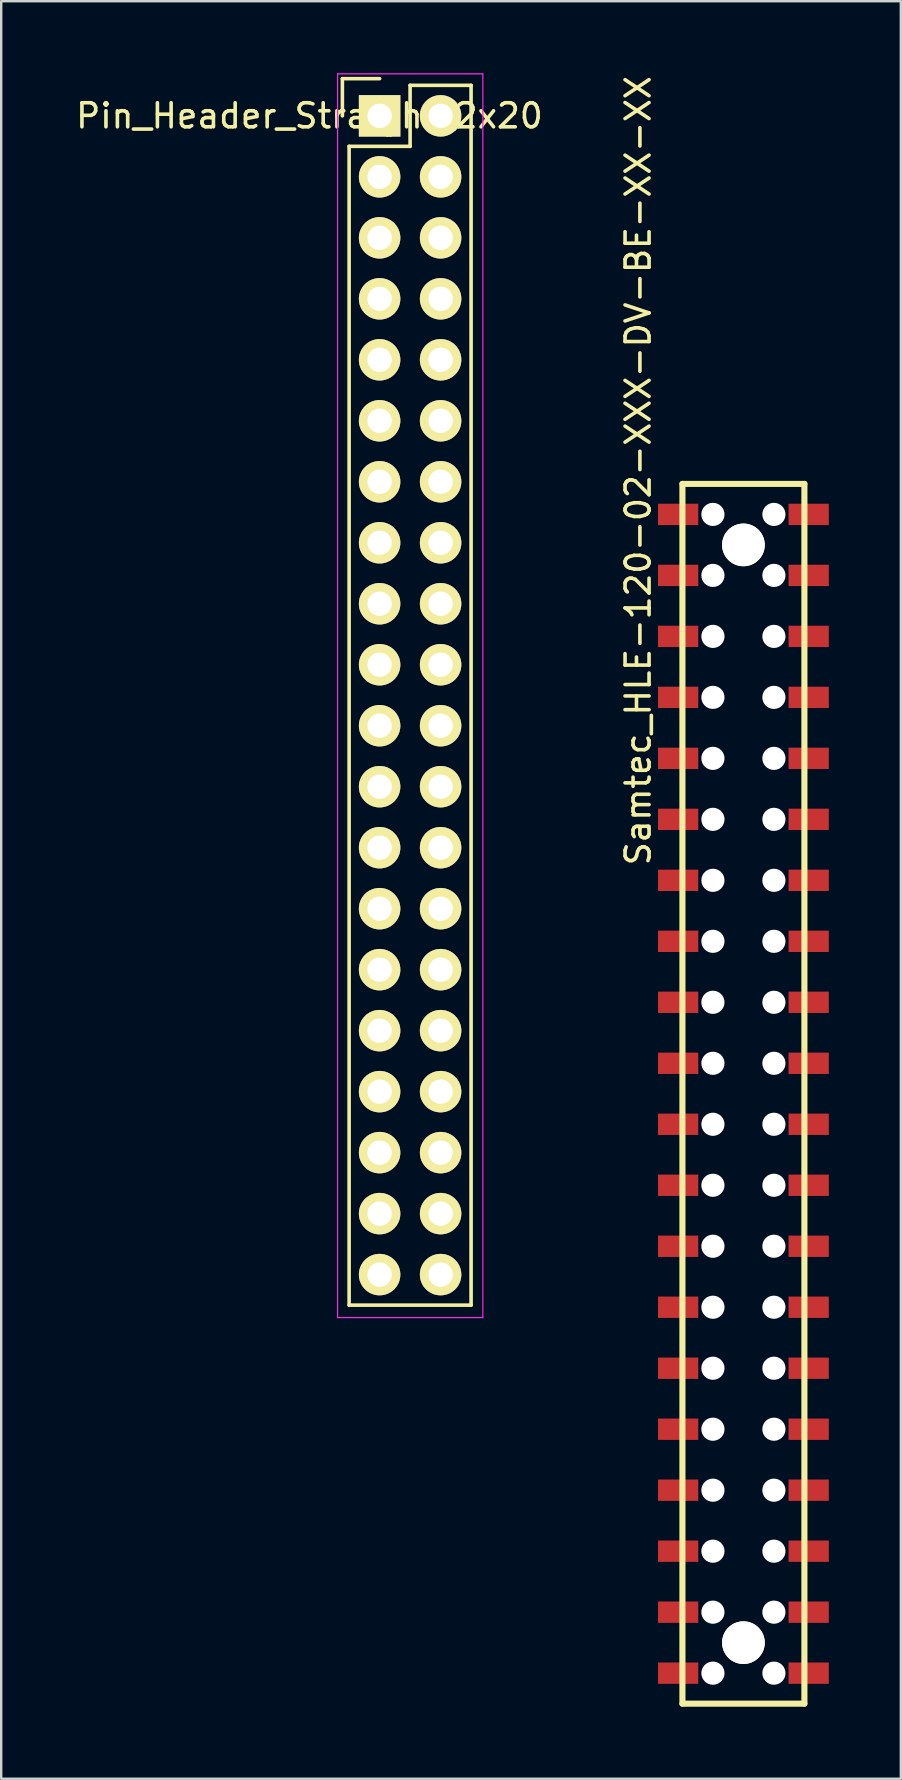
<source format=kicad_pcb>
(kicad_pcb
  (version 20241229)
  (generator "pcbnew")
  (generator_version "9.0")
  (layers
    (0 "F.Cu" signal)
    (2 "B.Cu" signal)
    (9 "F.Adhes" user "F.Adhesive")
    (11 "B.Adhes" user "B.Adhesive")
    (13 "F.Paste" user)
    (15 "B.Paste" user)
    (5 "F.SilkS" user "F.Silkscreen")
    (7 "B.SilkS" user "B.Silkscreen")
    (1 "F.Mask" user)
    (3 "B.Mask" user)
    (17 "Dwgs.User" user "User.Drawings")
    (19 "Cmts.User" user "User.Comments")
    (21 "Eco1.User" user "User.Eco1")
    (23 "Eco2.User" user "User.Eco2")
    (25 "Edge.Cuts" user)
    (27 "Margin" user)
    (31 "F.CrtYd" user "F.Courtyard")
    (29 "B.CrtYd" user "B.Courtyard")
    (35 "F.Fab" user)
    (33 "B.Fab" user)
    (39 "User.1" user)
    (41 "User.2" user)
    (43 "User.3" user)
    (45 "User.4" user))
  (footprint "Samtec_HLE-120-02-XXX-DV-BE-XX-XX"
    (layer "F.Cu")
    (at 27.912 42.504)
    (property "Reference" "Samtec_HLE-120-02-XXX-DV-BE-XX-XX" (at -4.385 -25.95 90) (layer "F.SilkS") (effects (font (size 1 1) (thickness 0.15))))
    (attr through_hole)
    (fp_line (start -2.54 -25.4) (end 2.54 -25.4) (stroke (width 0.254) (type solid)) (layer "F.SilkS"))
    (fp_line (start -2.54 25.4) (end -2.54 -25.4) (stroke (width 0.254) (type solid)) (layer "F.SilkS"))
    (fp_line (start 2.54 -25.4) (end 2.54 25.4) (stroke (width 0.254) (type solid)) (layer "F.SilkS"))
    (fp_line (start 2.54 25.4) (end -2.54 25.4) (stroke (width 0.254) (type solid)) (layer "F.SilkS"))
    (pad "" np_thru_hole circle (at -1.27 -24.13 270) (size 0.965 0.965) (drill 0.965) (layers "*.Cu" "*.Mask"))
    (pad "" np_thru_hole circle (at -1.27 -21.59 270) (size 0.965 0.965) (drill 0.965) (layers "*.Cu" "*.Mask"))
    (pad "" np_thru_hole circle (at -1.27 -19.05 270) (size 0.965 0.965) (drill 0.965) (layers "*.Cu" "*.Mask"))
    (pad "" np_thru_hole circle (at -1.27 -16.51 270) (size 0.965 0.965) (drill 0.965) (layers "*.Cu" "*.Mask"))
    (pad "" np_thru_hole circle (at -1.27 -13.97 270) (size 0.965 0.965) (drill 0.965) (layers "*.Cu" "*.Mask"))
    (pad "" np_thru_hole circle (at -1.27 -11.43 270) (size 0.965 0.965) (drill 0.965) (layers "*.Cu" "*.Mask"))
    (pad "" np_thru_hole circle (at -1.27 -8.89 270) (size 0.965 0.965) (drill 0.965) (layers "*.Cu" "*.Mask"))
    (pad "" np_thru_hole circle (at -1.27 -6.35 270) (size 0.965 0.965) (drill 0.965) (layers "*.Cu" "*.Mask"))
    (pad "" np_thru_hole circle (at -1.27 -3.81 270) (size 0.965 0.965) (drill 0.965) (layers "*.Cu" "*.Mask"))
    (pad "" np_thru_hole circle (at -1.27 -1.27 270) (size 0.965 0.965) (drill 0.965) (layers "*.Cu" "*.Mask"))
    (pad "" np_thru_hole circle (at -1.27 1.27 270) (size 0.965 0.965) (drill 0.965) (layers "*.Cu" "*.Mask"))
    (pad "" np_thru_hole circle (at -1.27 3.81 270) (size 0.965 0.965) (drill 0.965) (layers "*.Cu" "*.Mask"))
    (pad "" np_thru_hole circle (at -1.27 6.35 270) (size 0.965 0.965) (drill 0.965) (layers "*.Cu" "*.Mask"))
    (pad "" np_thru_hole circle (at -1.27 8.89 270) (size 0.965 0.965) (drill 0.965) (layers "*.Cu" "*.Mask"))
    (pad "" np_thru_hole circle (at -1.27 11.43 270) (size 0.965 0.965) (drill 0.965) (layers "*.Cu" "*.Mask"))
    (pad "" np_thru_hole circle (at -1.27 13.97 270) (size 0.965 0.965) (drill 0.965) (layers "*.Cu" "*.Mask"))
    (pad "" np_thru_hole circle (at -1.27 16.51 270) (size 0.965 0.965) (drill 0.965) (layers "*.Cu" "*.Mask"))
    (pad "" np_thru_hole circle (at -1.27 19.05 270) (size 0.965 0.965) (drill 0.965) (layers "*.Cu" "*.Mask"))
    (pad "" np_thru_hole circle (at -1.27 21.59 270) (size 0.965 0.965) (drill 0.965) (layers "*.Cu" "*.Mask"))
    (pad "" np_thru_hole circle (at -1.27 24.13 270) (size 0.965 0.965) (drill 0.965) (layers "*.Cu" "*.Mask"))
    (pad "" np_thru_hole circle (at 0 -22.86 270) (size 1.778 1.778) (drill 1.778) (layers "*.Cu" "*.Mask" "F.SilkS"))
    (pad "" np_thru_hole circle (at 0 22.86 270) (size 1.778 1.778) (drill 1.778) (layers "*.Cu" "*.Mask" "F.SilkS"))
    (pad "" np_thru_hole circle (at 1.27 -24.13 270) (size 0.965 0.965) (drill 0.965) (layers "*.Cu" "*.Mask"))
    (pad "" np_thru_hole circle (at 1.27 -21.59 270) (size 0.965 0.965) (drill 0.965) (layers "*.Cu" "*.Mask"))
    (pad "" np_thru_hole circle (at 1.27 -19.05 270) (size 0.965 0.965) (drill 0.965) (layers "*.Cu" "*.Mask"))
    (pad "" np_thru_hole circle (at 1.27 -16.51 270) (size 0.965 0.965) (drill 0.965) (layers "*.Cu" "*.Mask"))
    (pad "" np_thru_hole circle (at 1.27 -13.97 270) (size 0.965 0.965) (drill 0.965) (layers "*.Cu" "*.Mask"))
    (pad "" np_thru_hole circle (at 1.27 -11.43 270) (size 0.965 0.965) (drill 0.965) (layers "*.Cu" "*.Mask"))
    (pad "" np_thru_hole circle (at 1.27 -8.89 270) (size 0.965 0.965) (drill 0.965) (layers "*.Cu" "*.Mask"))
    (pad "" np_thru_hole circle (at 1.27 -6.35 270) (size 0.965 0.965) (drill 0.965) (layers "*.Cu" "*.Mask"))
    (pad "" np_thru_hole circle (at 1.27 -3.81 270) (size 0.965 0.965) (drill 0.965) (layers "*.Cu" "*.Mask"))
    (pad "" np_thru_hole circle (at 1.27 -1.27 270) (size 0.965 0.965) (drill 0.965) (layers "*.Cu" "*.Mask"))
    (pad "" np_thru_hole circle (at 1.27 1.27 270) (size 0.965 0.965) (drill 0.965) (layers "*.Cu" "*.Mask"))
    (pad "" np_thru_hole circle (at 1.27 3.81 270) (size 0.965 0.965) (drill 0.965) (layers "*.Cu" "*.Mask"))
    (pad "" np_thru_hole circle (at 1.27 6.35 270) (size 0.965 0.965) (drill 0.965) (layers "*.Cu" "*.Mask"))
    (pad "" np_thru_hole circle (at 1.27 8.89 270) (size 0.965 0.965) (drill 0.965) (layers "*.Cu" "*.Mask"))
    (pad "" np_thru_hole circle (at 1.27 11.43 270) (size 0.965 0.965) (drill 0.965) (layers "*.Cu" "*.Mask"))
    (pad "" np_thru_hole circle (at 1.27 13.97 270) (size 0.965 0.965) (drill 0.965) (layers "*.Cu" "*.Mask"))
    (pad "" np_thru_hole circle (at 1.27 16.51 270) (size 0.965 0.965) (drill 0.965) (layers "*.Cu" "*.Mask"))
    (pad "" np_thru_hole circle (at 1.27 19.05 270) (size 0.965 0.965) (drill 0.965) (layers "*.Cu" "*.Mask"))
    (pad "" np_thru_hole circle (at 1.27 21.59 270) (size 0.965 0.965) (drill 0.965) (layers "*.Cu" "*.Mask"))
    (pad "" np_thru_hole circle (at 1.27 24.13 270) (size 0.965 0.965) (drill 0.965) (layers "*.Cu" "*.Mask"))
    (pad "1" smd rect (at -2.718 -24.13 90) (size 0.889 1.676) (layers "F.Cu" "F.Mask" "F.Paste"))
    (pad "2" smd rect (at 2.718 -24.13 90) (size 0.889 1.676) (layers "F.Cu" "F.Mask" "F.Paste"))
    (pad "3" smd rect (at -2.718 -21.59 90) (size 0.889 1.676) (layers "F.Cu" "F.Mask" "F.Paste"))
    (pad "4" smd rect (at 2.718 -21.59 90) (size 0.889 1.676) (layers "F.Cu" "F.Mask" "F.Paste"))
    (pad "5" smd rect (at -2.718 -19.05 90) (size 0.889 1.676) (layers "F.Cu" "F.Mask" "F.Paste"))
    (pad "6" smd rect (at 2.718 -19.05 90) (size 0.889 1.676) (layers "F.Cu" "F.Mask" "F.Paste"))
    (pad "7" smd rect (at -2.718 -16.51 90) (size 0.889 1.676) (layers "F.Cu" "F.Mask" "F.Paste"))
    (pad "8" smd rect (at 2.718 -16.51 90) (size 0.889 1.676) (layers "F.Cu" "F.Mask" "F.Paste"))
    (pad "9" smd rect (at -2.718 -13.97 90) (size 0.889 1.676) (layers "F.Cu" "F.Mask" "F.Paste"))
    (pad "10" smd rect (at 2.718 -13.97 90) (size 0.889 1.676) (layers "F.Cu" "F.Mask" "F.Paste"))
    (pad "11" smd rect (at -2.718 -11.43 90) (size 0.889 1.676) (layers "F.Cu" "F.Mask" "F.Paste"))
    (pad "12" smd rect (at 2.718 -11.43 90) (size 0.889 1.676) (layers "F.Cu" "F.Mask" "F.Paste"))
    (pad "13" smd rect (at -2.718 -8.89 90) (size 0.889 1.676) (layers "F.Cu" "F.Mask" "F.Paste"))
    (pad "14" smd rect (at 2.718 -8.89 90) (size 0.889 1.676) (layers "F.Cu" "F.Mask" "F.Paste"))
    (pad "15" smd rect (at -2.718 -6.35 90) (size 0.889 1.676) (layers "F.Cu" "F.Mask" "F.Paste"))
    (pad "16" smd rect (at 2.718 -6.35 90) (size 0.889 1.676) (layers "F.Cu" "F.Mask" "F.Paste"))
    (pad "17" smd rect (at -2.718 -3.81 90) (size 0.889 1.676) (layers "F.Cu" "F.Mask" "F.Paste"))
    (pad "18" smd rect (at 2.718 -3.81 90) (size 0.889 1.676) (layers "F.Cu" "F.Mask" "F.Paste"))
    (pad "19" smd rect (at -2.718 -1.27 90) (size 0.889 1.676) (layers "F.Cu" "F.Mask" "F.Paste"))
    (pad "20" smd rect (at 2.718 -1.27 90) (size 0.889 1.676) (layers "F.Cu" "F.Mask" "F.Paste"))
    (pad "21" smd rect (at -2.718 1.27 90) (size 0.889 1.676) (layers "F.Cu" "F.Mask" "F.Paste"))
    (pad "22" smd rect (at 2.718 1.27 90) (size 0.889 1.676) (layers "F.Cu" "F.Mask" "F.Paste"))
    (pad "23" smd rect (at -2.718 3.81 90) (size 0.889 1.676) (layers "F.Cu" "F.Mask" "F.Paste"))
    (pad "24" smd rect (at 2.718 3.81 90) (size 0.889 1.676) (layers "F.Cu" "F.Mask" "F.Paste"))
    (pad "25" smd rect (at -2.718 6.35 90) (size 0.889 1.676) (layers "F.Cu" "F.Mask" "F.Paste"))
    (pad "26" smd rect (at 2.718 6.35 90) (size 0.889 1.676) (layers "F.Cu" "F.Mask" "F.Paste"))
    (pad "27" smd rect (at -2.718 8.89 90) (size 0.889 1.676) (layers "F.Cu" "F.Mask" "F.Paste"))
    (pad "28" smd rect (at 2.718 8.89 90) (size 0.889 1.676) (layers "F.Cu" "F.Mask" "F.Paste"))
    (pad "29" smd rect (at -2.718 11.43 90) (size 0.889 1.676) (layers "F.Cu" "F.Mask" "F.Paste"))
    (pad "30" smd rect (at 2.718 11.43 90) (size 0.889 1.676) (layers "F.Cu" "F.Mask" "F.Paste"))
    (pad "31" smd rect (at -2.718 13.97 90) (size 0.889 1.676) (layers "F.Cu" "F.Mask" "F.Paste"))
    (pad "32" smd rect (at 2.718 13.97 90) (size 0.889 1.676) (layers "F.Cu" "F.Mask" "F.Paste"))
    (pad "33" smd rect (at -2.718 16.51 90) (size 0.889 1.676) (layers "F.Cu" "F.Mask" "F.Paste"))
    (pad "34" smd rect (at 2.718 16.51 90) (size 0.889 1.676) (layers "F.Cu" "F.Mask" "F.Paste"))
    (pad "35" smd rect (at -2.718 19.05 90) (size 0.889 1.676) (layers "F.Cu" "F.Mask" "F.Paste"))
    (pad "36" smd rect (at 2.718 19.05 90) (size 0.889 1.676) (layers "F.Cu" "F.Mask" "F.Paste"))
    (pad "37" smd rect (at -2.718 21.59 90) (size 0.889 1.676) (layers "F.Cu" "F.Mask" "F.Paste"))
    (pad "38" smd rect (at 2.718 21.59 90) (size 0.889 1.676) (layers "F.Cu" "F.Mask" "F.Paste"))
    (pad "39" smd rect (at -2.718 24.13 90) (size 0.889 1.676) (layers "F.Cu" "F.Mask" "F.Paste"))
    (pad "40" smd rect (at 2.718 24.13 90) (size 0.889 1.676) (layers "F.Cu" "F.Mask" "F.Paste")))
  (footprint "Pin_Header_Straight_2x20"
    (layer "F.Cu")
    (at 14.03 25.905)
    (property "Reference" "Pin_Header_Straight_2x20" (at -4.191 -24.13 180) (layer "F.SilkS") (effects (font (size 1 1) (thickness 0.15))))
    (attr through_hole)
    (fp_line (start -2.82 -25.68) (end -2.82 -24.13) (stroke (width 0.15) (type solid)) (layer "F.SilkS"))
    (fp_line (start -2.54 -22.86) (end -2.54 25.4) (stroke (width 0.15) (type solid)) (layer "F.SilkS"))
    (fp_line (start -1.27 -25.68) (end -2.82 -25.68) (stroke (width 0.15) (type solid)) (layer "F.SilkS"))
    (fp_line (start 0 -25.4) (end 0 -22.86) (stroke (width 0.15) (type solid)) (layer "F.SilkS"))
    (fp_line (start 0 -22.86) (end -2.54 -22.86) (stroke (width 0.15) (type solid)) (layer "F.SilkS"))
    (fp_line (start 2.54 -25.4) (end 0 -25.4) (stroke (width 0.15) (type solid)) (layer "F.SilkS"))
    (fp_line (start 2.54 25.4) (end -2.54 25.4) (stroke (width 0.15) (type solid)) (layer "F.SilkS"))
    (fp_line (start 2.54 25.4) (end 2.54 -25.4) (stroke (width 0.15) (type solid)) (layer "F.SilkS"))
    (fp_line (start -3.02 -25.88) (end -3.02 25.92) (stroke (width 0.05) (type solid)) (layer "F.CrtYd"))
    (fp_line (start -3.02 -25.88) (end 3.03 -25.88) (stroke (width 0.05) (type solid)) (layer "F.CrtYd"))
    (fp_line (start -3.02 25.92) (end 3.03 25.92) (stroke (width 0.05) (type solid)) (layer "F.CrtYd"))
    (fp_line (start 3.03 -25.88) (end 3.03 25.92) (stroke (width 0.05) (type solid)) (layer "F.CrtYd"))
    (pad "1" thru_hole rect (at -1.27 -24.13) (size 1.727 1.727) (drill 1.016) (layers "*.Cu" "*.Mask" "F.SilkS"))
    (pad "2" thru_hole oval (at 1.27 -24.13) (size 1.727 1.727) (drill 1.016) (layers "*.Cu" "*.Mask" "F.SilkS"))
    (pad "3" thru_hole oval (at -1.27 -21.59) (size 1.727 1.727) (drill 1.016) (layers "*.Cu" "*.Mask" "F.SilkS"))
    (pad "4" thru_hole oval (at 1.27 -21.59) (size 1.727 1.727) (drill 1.016) (layers "*.Cu" "*.Mask" "F.SilkS"))
    (pad "5" thru_hole oval (at -1.27 -19.05) (size 1.727 1.727) (drill 1.016) (layers "*.Cu" "*.Mask" "F.SilkS"))
    (pad "6" thru_hole oval (at 1.27 -19.05) (size 1.727 1.727) (drill 1.016) (layers "*.Cu" "*.Mask" "F.SilkS"))
    (pad "7" thru_hole oval (at -1.27 -16.51) (size 1.727 1.727) (drill 1.016) (layers "*.Cu" "*.Mask" "F.SilkS"))
    (pad "8" thru_hole oval (at 1.27 -16.51) (size 1.727 1.727) (drill 1.016) (layers "*.Cu" "*.Mask" "F.SilkS"))
    (pad "9" thru_hole oval (at -1.27 -13.97) (size 1.727 1.727) (drill 1.016) (layers "*.Cu" "*.Mask" "F.SilkS"))
    (pad "10" thru_hole oval (at 1.27 -13.97) (size 1.727 1.727) (drill 1.016) (layers "*.Cu" "*.Mask" "F.SilkS"))
    (pad "11" thru_hole oval (at -1.27 -11.43) (size 1.727 1.727) (drill 1.016) (layers "*.Cu" "*.Mask" "F.SilkS"))
    (pad "12" thru_hole oval (at 1.27 -11.43) (size 1.727 1.727) (drill 1.016) (layers "*.Cu" "*.Mask" "F.SilkS"))
    (pad "13" thru_hole oval (at -1.27 -8.89) (size 1.727 1.727) (drill 1.016) (layers "*.Cu" "*.Mask" "F.SilkS"))
    (pad "14" thru_hole oval (at 1.27 -8.89) (size 1.727 1.727) (drill 1.016) (layers "*.Cu" "*.Mask" "F.SilkS"))
    (pad "15" thru_hole oval (at -1.27 -6.35) (size 1.727 1.727) (drill 1.016) (layers "*.Cu" "*.Mask" "F.SilkS"))
    (pad "16" thru_hole oval (at 1.27 -6.35) (size 1.727 1.727) (drill 1.016) (layers "*.Cu" "*.Mask" "F.SilkS"))
    (pad "17" thru_hole oval (at -1.27 -3.81) (size 1.727 1.727) (drill 1.016) (layers "*.Cu" "*.Mask" "F.SilkS"))
    (pad "18" thru_hole oval (at 1.27 -3.81) (size 1.727 1.727) (drill 1.016) (layers "*.Cu" "*.Mask" "F.SilkS"))
    (pad "19" thru_hole oval (at -1.27 -1.27) (size 1.727 1.727) (drill 1.016) (layers "*.Cu" "*.Mask" "F.SilkS"))
    (pad "20" thru_hole oval (at 1.27 -1.27) (size 1.727 1.727) (drill 1.016) (layers "*.Cu" "*.Mask" "F.SilkS"))
    (pad "21" thru_hole oval (at -1.27 1.27) (size 1.727 1.727) (drill 1.016) (layers "*.Cu" "*.Mask" "F.SilkS"))
    (pad "22" thru_hole oval (at 1.27 1.27) (size 1.727 1.727) (drill 1.016) (layers "*.Cu" "*.Mask" "F.SilkS"))
    (pad "23" thru_hole oval (at -1.27 3.81) (size 1.727 1.727) (drill 1.016) (layers "*.Cu" "*.Mask" "F.SilkS"))
    (pad "24" thru_hole oval (at 1.27 3.81) (size 1.727 1.727) (drill 1.016) (layers "*.Cu" "*.Mask" "F.SilkS"))
    (pad "25" thru_hole oval (at -1.27 6.35) (size 1.727 1.727) (drill 1.016) (layers "*.Cu" "*.Mask" "F.SilkS"))
    (pad "26" thru_hole oval (at 1.27 6.35) (size 1.727 1.727) (drill 1.016) (layers "*.Cu" "*.Mask" "F.SilkS"))
    (pad "27" thru_hole oval (at -1.27 8.89) (size 1.727 1.727) (drill 1.016) (layers "*.Cu" "*.Mask" "F.SilkS"))
    (pad "28" thru_hole oval (at 1.27 8.89) (size 1.727 1.727) (drill 1.016) (layers "*.Cu" "*.Mask" "F.SilkS"))
    (pad "29" thru_hole oval (at -1.27 11.43) (size 1.727 1.727) (drill 1.016) (layers "*.Cu" "*.Mask" "F.SilkS"))
    (pad "30" thru_hole oval (at 1.27 11.43) (size 1.727 1.727) (drill 1.016) (layers "*.Cu" "*.Mask" "F.SilkS"))
    (pad "31" thru_hole oval (at -1.27 13.97) (size 1.727 1.727) (drill 1.016) (layers "*.Cu" "*.Mask" "F.SilkS"))
    (pad "32" thru_hole oval (at 1.27 13.97) (size 1.727 1.727) (drill 1.016) (layers "*.Cu" "*.Mask" "F.SilkS"))
    (pad "33" thru_hole oval (at -1.27 16.51) (size 1.727 1.727) (drill 1.016) (layers "*.Cu" "*.Mask" "F.SilkS"))
    (pad "34" thru_hole oval (at 1.27 16.51) (size 1.727 1.727) (drill 1.016) (layers "*.Cu" "*.Mask" "F.SilkS"))
    (pad "35" thru_hole oval (at -1.27 19.05) (size 1.727 1.727) (drill 1.016) (layers "*.Cu" "*.Mask" "F.SilkS"))
    (pad "36" thru_hole oval (at 1.27 19.05) (size 1.727 1.727) (drill 1.016) (layers "*.Cu" "*.Mask" "F.SilkS"))
    (pad "37" thru_hole oval (at -1.27 21.59) (size 1.727 1.727) (drill 1.016) (layers "*.Cu" "*.Mask" "F.SilkS"))
    (pad "38" thru_hole oval (at 1.27 21.59) (size 1.727 1.727) (drill 1.016) (layers "*.Cu" "*.Mask" "F.SilkS"))
    (pad "39" thru_hole oval (at -1.27 24.13) (size 1.727 1.727) (drill 1.016) (layers "*.Cu" "*.Mask" "F.SilkS"))
    (pad "40" thru_hole oval (at 1.27 24.13) (size 1.727 1.727) (drill 1.016) (layers "*.Cu" "*.Mask" "F.SilkS")))
  (gr_rect
    (start -3 -3)
    (end 34.468 71.031)
    (stroke (width 0.1) (type default))
    (fill no)
    (layer "Edge.Cuts")))
</source>
